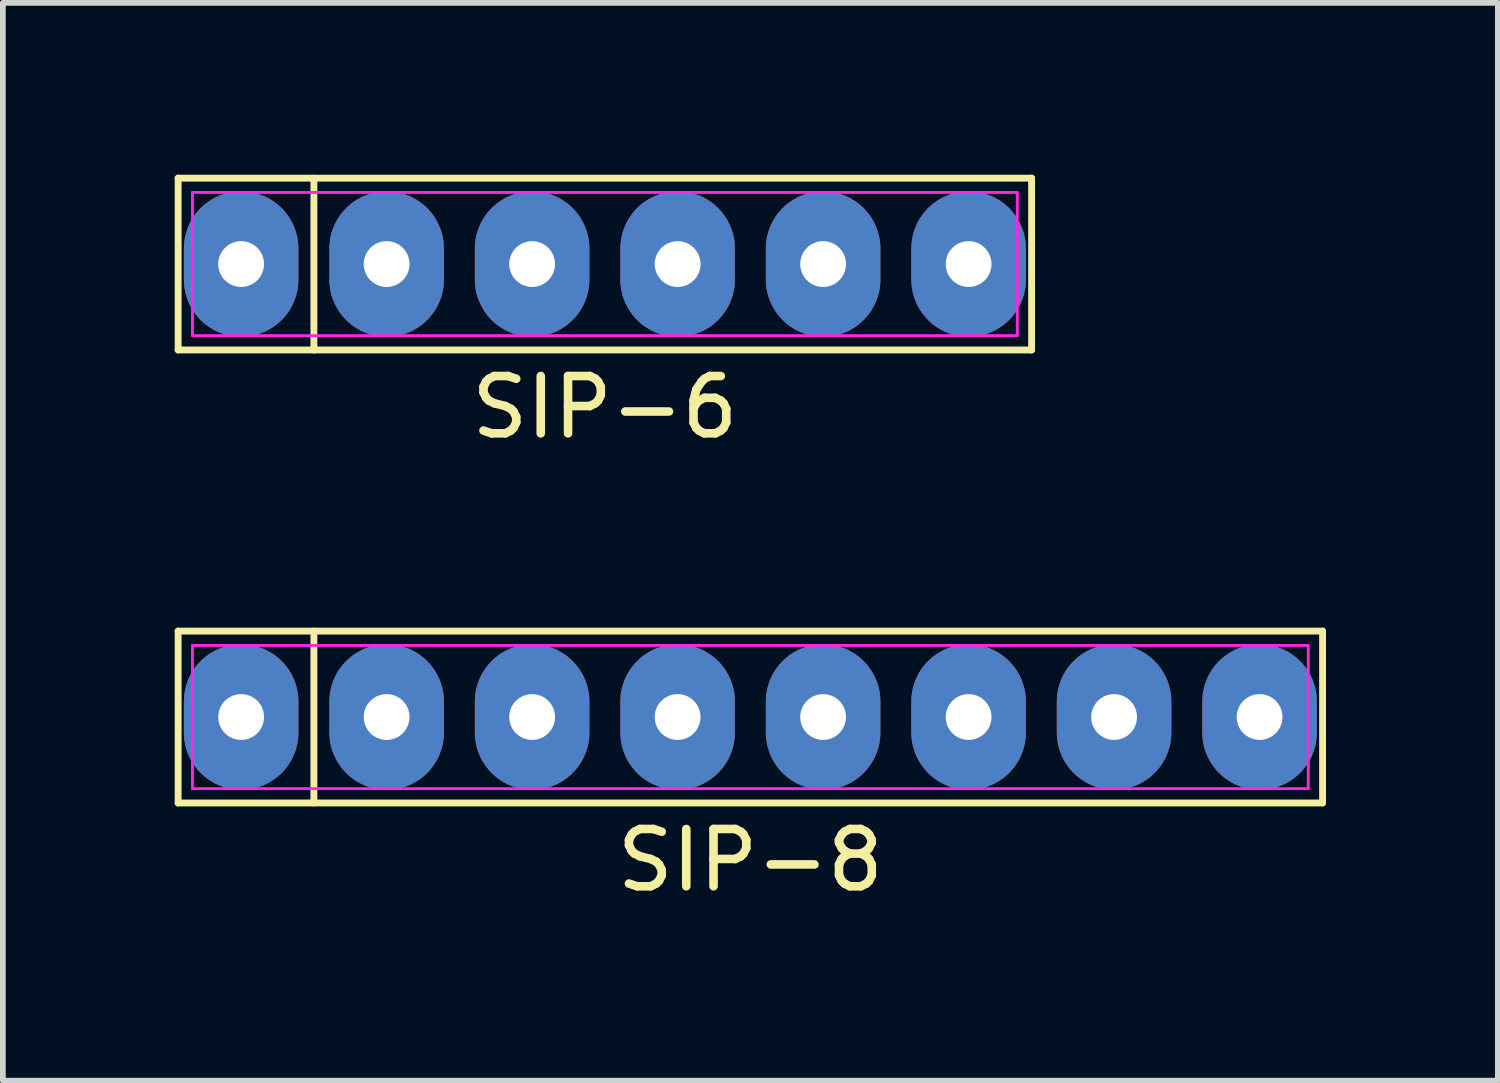
<source format=kicad_pcb>
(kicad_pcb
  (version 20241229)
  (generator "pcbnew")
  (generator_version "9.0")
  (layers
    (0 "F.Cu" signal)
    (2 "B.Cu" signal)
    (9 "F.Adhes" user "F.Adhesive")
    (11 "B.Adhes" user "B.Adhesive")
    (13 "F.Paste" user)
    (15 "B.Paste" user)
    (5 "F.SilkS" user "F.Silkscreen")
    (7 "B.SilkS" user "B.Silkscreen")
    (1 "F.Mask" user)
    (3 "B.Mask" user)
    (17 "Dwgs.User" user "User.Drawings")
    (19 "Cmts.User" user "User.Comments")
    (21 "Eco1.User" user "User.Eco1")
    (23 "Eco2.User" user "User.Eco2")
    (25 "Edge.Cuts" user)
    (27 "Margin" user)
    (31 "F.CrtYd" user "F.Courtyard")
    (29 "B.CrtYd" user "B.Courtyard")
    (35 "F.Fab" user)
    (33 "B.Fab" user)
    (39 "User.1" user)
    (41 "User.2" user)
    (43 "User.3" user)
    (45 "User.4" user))
  (footprint "SIP-8"
    (layer "F.Cu")
    (at 10.05 9.468)
    (property "Reference" "SIP-8" (at 0 2.5 0) (layer "F.SilkS") (effects (font (size 1 1) (thickness 0.15))))
    (fp_line (start -9.99 -1.5) (end 9.99 -1.5) (stroke (width 0.12) (type solid)) (layer "F.SilkS"))
    (fp_line (start -9.99 1.5) (end -9.99 -1.5) (stroke (width 0.12) (type solid)) (layer "F.SilkS"))
    (fp_line (start -7.62 -1.5) (end -7.62 1.5) (stroke (width 0.12) (type solid)) (layer "F.SilkS"))
    (fp_line (start 9.99 -1.5) (end 9.99 1.5) (stroke (width 0.12) (type solid)) (layer "F.SilkS"))
    (fp_line (start 9.99 1.5) (end -9.99 1.5) (stroke (width 0.12) (type solid)) (layer "F.SilkS"))
    (fp_line (start -9.74 -1.25) (end 9.74 -1.25) (stroke (width 0.05) (type solid)) (layer "F.CrtYd"))
    (fp_line (start -9.74 1.25) (end -9.74 -1.25) (stroke (width 0.05) (type solid)) (layer "F.CrtYd"))
    (fp_line (start 9.74 -1.25) (end 9.74 1.25) (stroke (width 0.05) (type solid)) (layer "F.CrtYd"))
    (fp_line (start 9.74 1.25) (end -9.74 1.25) (stroke (width 0.05) (type solid)) (layer "F.CrtYd"))
    (pad "1" thru_hole oval (at -8.89 0) (size 2 2.54) (drill 0.8) (layers "*.Cu" "*.Mask"))
    (pad "2" thru_hole oval (at -6.35 0) (size 2 2.54) (drill 0.8) (layers "*.Cu" "*.Mask"))
    (pad "3" thru_hole oval (at -3.81 0) (size 2 2.54) (drill 0.8) (layers "*.Cu" "*.Mask"))
    (pad "4" thru_hole oval (at -1.27 0) (size 2 2.54) (drill 0.8) (layers "*.Cu" "*.Mask"))
    (pad "5" thru_hole oval (at 1.27 0) (size 2 2.54) (drill 0.8) (layers "*.Cu" "*.Mask"))
    (pad "6" thru_hole oval (at 3.81 0) (size 2 2.54) (drill 0.8) (layers "*.Cu" "*.Mask"))
    (pad "7" thru_hole oval (at 6.35 0) (size 2 2.54) (drill 0.8) (layers "*.Cu" "*.Mask"))
    (pad "8" thru_hole oval (at 8.89 0) (size 2 2.54) (drill 0.8) (layers "*.Cu" "*.Mask")))
  (footprint "SIP-6"
    (layer "F.Cu")
    (at 7.51 1.56)
    (property "Reference" "SIP-6" (at 0 2.5 0) (layer "F.SilkS") (effects (font (size 1 1) (thickness 0.15))))
    (fp_line (start -7.45 -1.5) (end 7.45 -1.5) (stroke (width 0.12) (type solid)) (layer "F.SilkS"))
    (fp_line (start -7.45 1.5) (end -7.45 -1.5) (stroke (width 0.12) (type solid)) (layer "F.SilkS"))
    (fp_line (start -5.08 -1.5) (end -5.08 1.5) (stroke (width 0.12) (type solid)) (layer "F.SilkS"))
    (fp_line (start 7.45 -1.5) (end 7.45 1.5) (stroke (width 0.12) (type solid)) (layer "F.SilkS"))
    (fp_line (start 7.45 1.5) (end -7.45 1.5) (stroke (width 0.12) (type solid)) (layer "F.SilkS"))
    (fp_line (start -7.2 -1.25) (end 7.2 -1.25) (stroke (width 0.05) (type solid)) (layer "F.CrtYd"))
    (fp_line (start -7.2 1.25) (end -7.2 -1.25) (stroke (width 0.05) (type solid)) (layer "F.CrtYd"))
    (fp_line (start 7.2 -1.25) (end 7.2 1.25) (stroke (width 0.05) (type solid)) (layer "F.CrtYd"))
    (fp_line (start 7.2 1.25) (end -7.2 1.25) (stroke (width 0.05) (type solid)) (layer "F.CrtYd"))
    (pad "1" thru_hole oval (at -6.35 0) (size 2 2.54) (drill 0.8) (layers "*.Cu" "*.Mask"))
    (pad "2" thru_hole oval (at -3.81 0) (size 2 2.54) (drill 0.8) (layers "*.Cu" "*.Mask"))
    (pad "3" thru_hole oval (at -1.27 0) (size 2 2.54) (drill 0.8) (layers "*.Cu" "*.Mask"))
    (pad "4" thru_hole oval (at 1.27 0) (size 2 2.54) (drill 0.8) (layers "*.Cu" "*.Mask"))
    (pad "5" thru_hole oval (at 3.81 0) (size 2 2.54) (drill 0.8) (layers "*.Cu" "*.Mask"))
    (pad "6" thru_hole oval (at 6.35 0) (size 2 2.54) (drill 0.8) (layers "*.Cu" "*.Mask")))
  (gr_rect
    (start -3 -3)
    (end 23.1 15.816)
    (stroke (width 0.1) (type default))
    (fill no)
    (layer "Edge.Cuts")))
</source>
